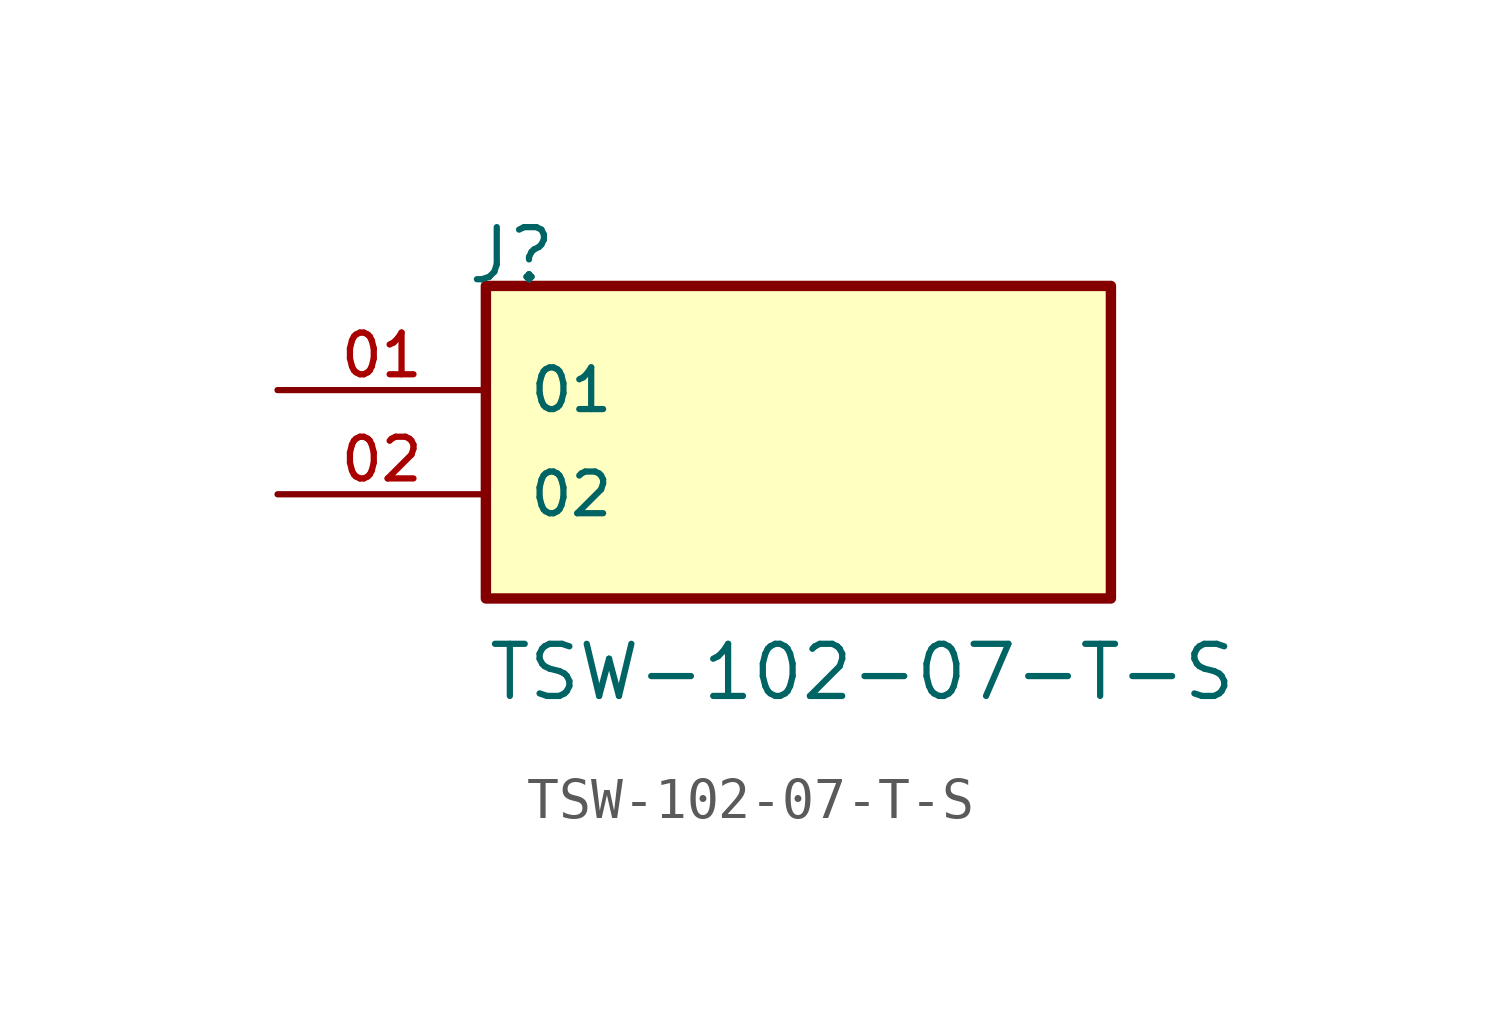
<source format=kicad_sym>
(kicad_symbol_lib
  (version 20220914)
  (generator kicad_symbol_editor)
  (symbol "TSW-102-07-T-S"
    (pin_names
      (offset 1.016))
    (property "Reference" "J"
      (at -8.12 5.08 0)
      (effects (font (size 1.27 1.27)) (justify left bottom)))
    (property "Value" "TSW-102-07-T-S"
      (at -7.62 -5.08 0)
      (effects (font (size 1.27 1.27)) (justify left bottom)))
    (symbol "TSW-102-07-T-S_0_0"
      (rectangle (start -7.62 -2.54) (end 7.62 5.08) (stroke (width 0.254) (type default)) (fill (type background)))
      (pin passive line (at -12.7 2.54 0) (length 5.08) (name "01" (effects (font (size 1.016 1.016)))) (number "01" (effects (font (size 1.016 1.016)))))
      (pin passive line (at -12.7 0 0) (length 5.08) (name "02" (effects (font (size 1.016 1.016)))) (number "02" (effects (font (size 1.016 1.016))))))))
</source>
